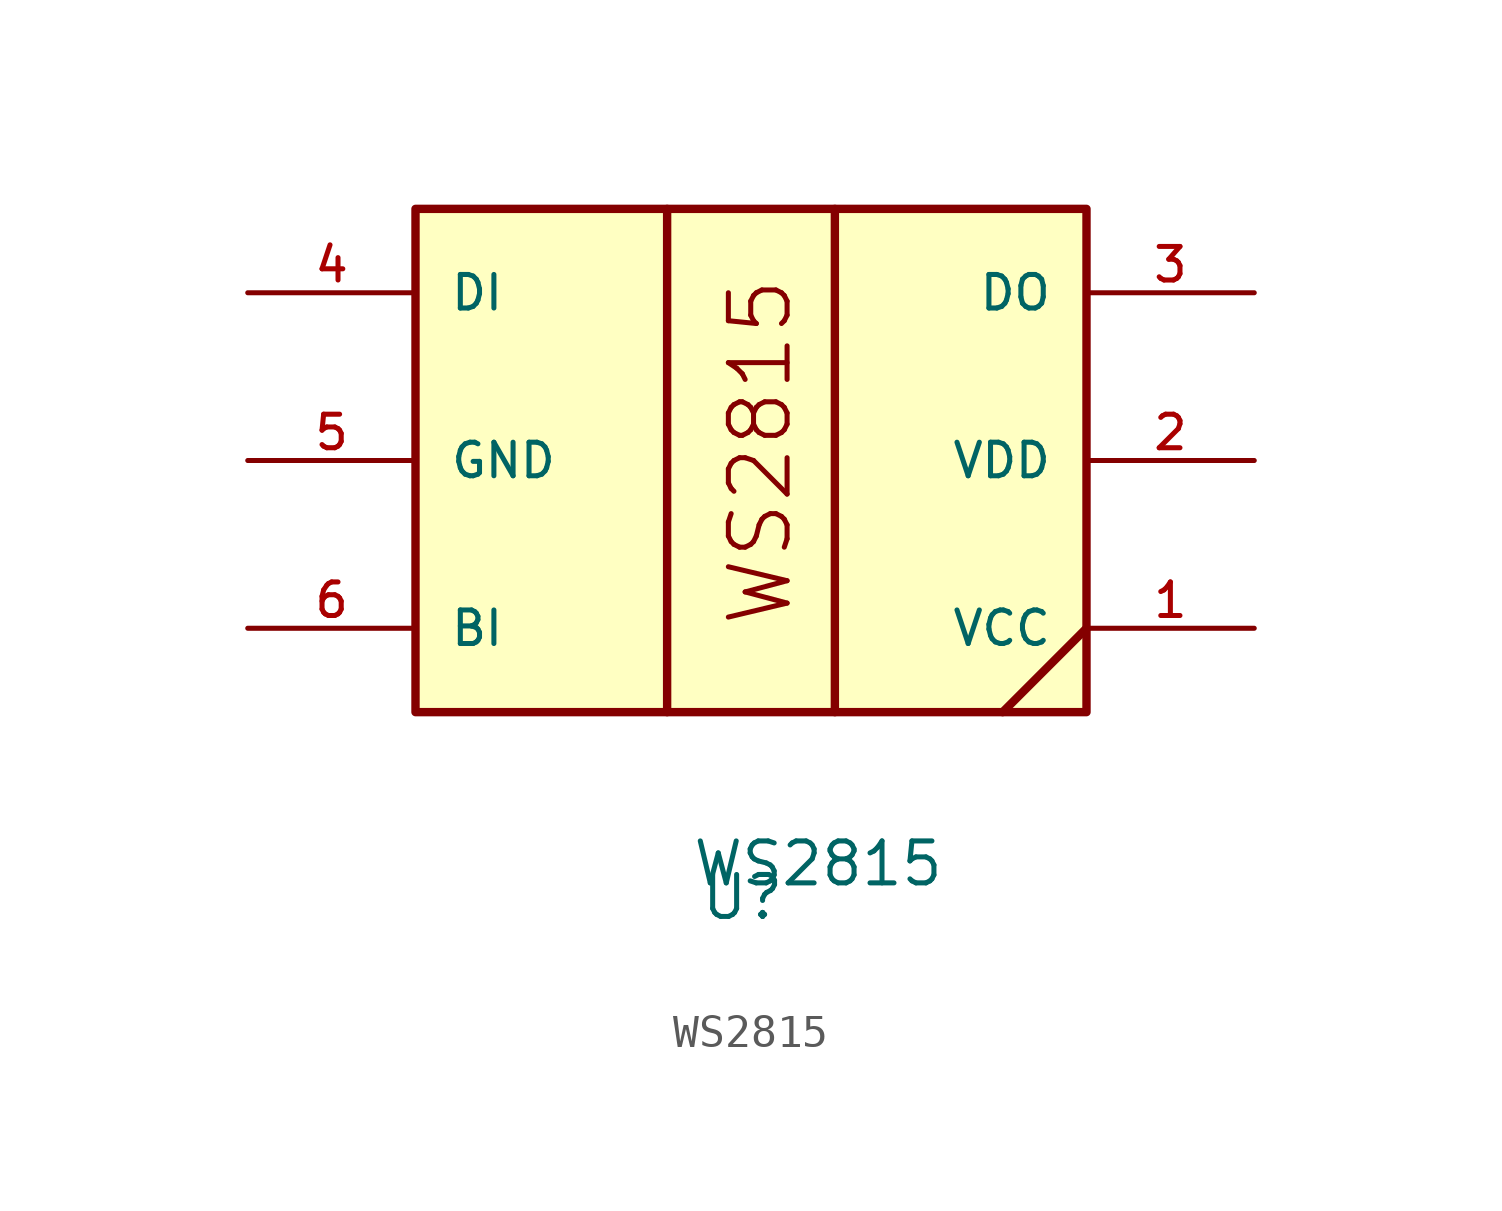
<source format=kicad_sym>
(kicad_symbol_lib
  (version 20231120)
  (generator "kicad_symbol_editor")
  (generator_version "8.0")
  (symbol "WS2815"
    (pin_names
      (offset 1.016))
    (property "Reference" "U"
      (at -0.254 -8.89 0)
      (effects (font (size 1.27 1.27)) (justify bottom)))
    (property "Value" "WS2815"
      (at 2.032 -7.874 0)
      (effects (font (size 1.27 1.27)) (justify bottom)))
    (symbol "WS2815_0_0"
      (rectangle (start -10.16 12.7) (end 10.16 -2.54) (stroke (width 0.254) (type default)) (fill (type background)))
      (polyline (pts (xy -2.54 -2.54) (xy -2.54 12.7)) (stroke (width 0.254) (type default)) (fill (type none)))
      (polyline (pts (xy 2.54 -2.54) (xy 2.54 12.7)) (stroke (width 0.254) (type default)) (fill (type none)))
      (polyline (pts (xy 7.62 -2.54) (xy 10.16 0)) (stroke (width 0.254) (type default)) (fill (type none)))
      (text "WS2815" (at -0.762 5.334 900) (effects (font (size 1.778 1.778)) (justify top)))
      (pin bidirectional line (at 15.24 0 180) (length 5.08) (name "VCC" (effects (font (size 1.016 1.016)))) (number "1" (effects (font (size 1.016 1.016)))))
      (pin bidirectional line (at 15.24 5.08 180) (length 5.08) (name "VDD" (effects (font (size 1.016 1.016)))) (number "2" (effects (font (size 1.016 1.016)))))
      (pin bidirectional line (at 15.24 10.16 180) (length 5.08) (name "DO" (effects (font (size 1.016 1.016)))) (number "3" (effects (font (size 1.016 1.016)))))
      (pin bidirectional line (at -15.24 10.16 0) (length 5.08) (name "DI" (effects (font (size 1.016 1.016)))) (number "4" (effects (font (size 1.016 1.016)))))
      (pin bidirectional line (at -15.24 5.08 0) (length 5.08) (name "GND" (effects (font (size 1.016 1.016)))) (number "5" (effects (font (size 1.016 1.016)))))
      (pin bidirectional line (at -15.24 0 0) (length 5.08) (name "BI" (effects (font (size 1.016 1.016)))) (number "6" (effects (font (size 1.016 1.016))))))))
</source>
